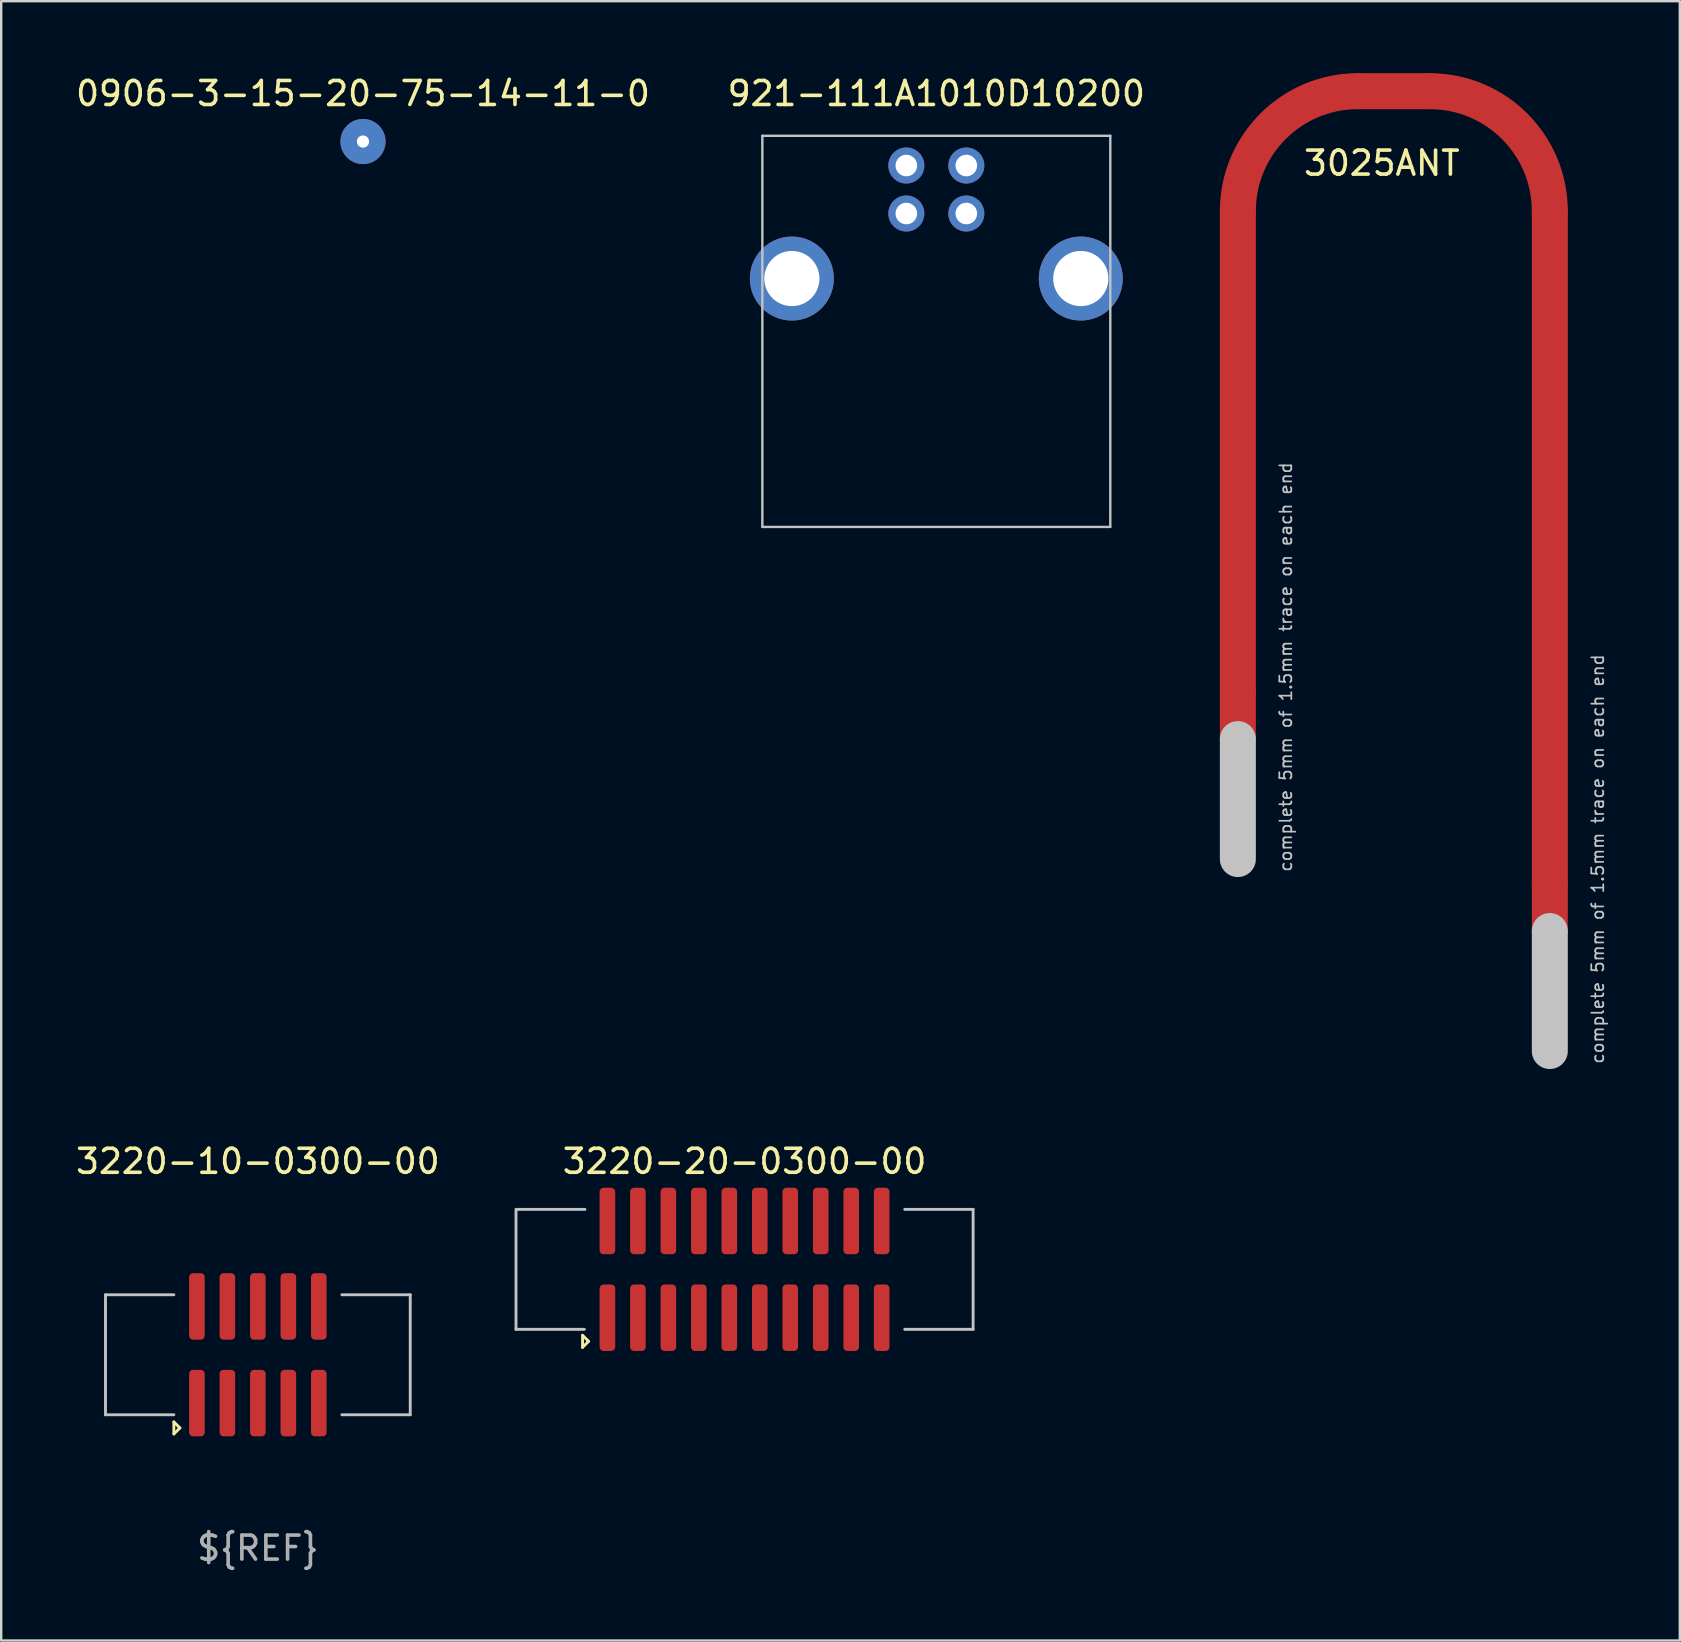
<source format=kicad_pcb>
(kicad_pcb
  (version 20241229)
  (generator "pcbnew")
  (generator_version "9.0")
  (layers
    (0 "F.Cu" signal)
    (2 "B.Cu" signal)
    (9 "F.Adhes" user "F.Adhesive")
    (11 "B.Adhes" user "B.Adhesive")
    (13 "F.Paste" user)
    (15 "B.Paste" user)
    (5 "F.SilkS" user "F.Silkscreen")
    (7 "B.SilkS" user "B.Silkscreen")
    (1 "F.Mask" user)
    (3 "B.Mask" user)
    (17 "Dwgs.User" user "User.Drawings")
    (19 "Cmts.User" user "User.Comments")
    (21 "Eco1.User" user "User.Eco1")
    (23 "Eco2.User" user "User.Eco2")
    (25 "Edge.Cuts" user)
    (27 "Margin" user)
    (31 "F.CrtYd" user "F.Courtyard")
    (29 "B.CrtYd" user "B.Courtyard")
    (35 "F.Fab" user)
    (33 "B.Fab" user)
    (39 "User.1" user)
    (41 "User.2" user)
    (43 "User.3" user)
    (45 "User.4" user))
  (footprint "3220-10-0300-00"
    (layer "F.Cu")
    (at 7.696 53.408)
    (property "Reference" "3220-10-0300-00" (at 0 -8.06 0) (unlocked yes) (layer "F.SilkS") (effects (font (size 1 1) (thickness 0.15))))
    (attr smd)
    (fp_line (start -3.5 2.8) (end -3.25 3.05) (stroke (width 0.12) (type solid)) (layer "F.SilkS"))
    (fp_line (start -3.5 3.3) (end -3.5 2.8) (stroke (width 0.12) (type solid)) (layer "F.SilkS"))
    (fp_line (start -3.25 3.05) (end -3.5 3.3) (stroke (width 0.12) (type solid)) (layer "F.SilkS"))
    (fp_line (start -6.35 -2.5) (end -6.35 2.5) (stroke (width 0.12) (type solid)) (layer "Dwgs.User"))
    (fp_line (start -6.35 -2.5) (end -3.5 -2.5) (stroke (width 0.12) (type solid)) (layer "Dwgs.User"))
    (fp_line (start -6.35 2.5) (end -3.5 2.5) (stroke (width 0.12) (type solid)) (layer "Dwgs.User"))
    (fp_line (start 3.5 -2.5) (end 6.35 -2.5) (stroke (width 0.12) (type solid)) (layer "Dwgs.User"))
    (fp_line (start 6.35 -2.5) (end 6.35 2.5) (stroke (width 0.12) (type solid)) (layer "Dwgs.User"))
    (fp_line (start 6.35 2.5) (end 3.5 2.5) (stroke (width 0.12) (type solid)) (layer "Dwgs.User"))
    (fp_text user "${REF}" (at 0 8.06 0) (unlocked yes) (layer "F.Fab") (effects (font (size 1 1) (thickness 0.15))))
    (pad "1" smd roundrect (at -2.54 2.015) (size 0.65 2.77) (layers "F.Cu" "F.Mask" "F.Paste") (roundrect_rratio 0.25))
    (pad "2" smd roundrect (at -2.54 -2.015) (size 0.65 2.77) (layers "F.Cu" "F.Mask" "F.Paste") (roundrect_rratio 0.25))
    (pad "3" smd roundrect (at -1.27 2.015) (size 0.65 2.77) (layers "F.Cu" "F.Mask" "F.Paste") (roundrect_rratio 0.25))
    (pad "4" smd roundrect (at -1.27 -2.015) (size 0.65 2.77) (layers "F.Cu" "F.Mask" "F.Paste") (roundrect_rratio 0.25))
    (pad "5" smd roundrect (at 0 2.015) (size 0.65 2.77) (layers "F.Cu" "F.Mask" "F.Paste") (roundrect_rratio 0.25))
    (pad "6" smd roundrect (at 0 -2.015) (size 0.65 2.77) (layers "F.Cu" "F.Mask" "F.Paste") (roundrect_rratio 0.25))
    (pad "7" smd roundrect (at 1.27 2.015) (size 0.65 2.77) (layers "F.Cu" "F.Mask" "F.Paste") (roundrect_rratio 0.25))
    (pad "8" smd roundrect (at 1.27 -2.015) (size 0.65 2.77) (layers "F.Cu" "F.Mask" "F.Paste") (roundrect_rratio 0.25))
    (pad "9" smd roundrect (at 2.54 2.015) (size 0.65 2.77) (layers "F.Cu" "F.Mask" "F.Paste") (roundrect_rratio 0.25))
    (pad "10" smd roundrect (at 2.54 -2.015) (size 0.65 2.77) (layers "F.Cu" "F.Mask" "F.Paste") (roundrect_rratio 0.25)))
  (footprint "3025ANT"
    (layer "F.Cu")
    (at 48.536 32.75)
    (property "Reference" "3025ANT" (at 6 -29 0) (unlocked yes) (layer "F.SilkS") (effects (font (size 1 1) (thickness 0.15))))
    (attr smd)
    (fp_line (start 0 -7) (end 0 -27) (stroke (width 1.5) (type solid)) (layer "F.Cu"))
    (fp_line (start 5 -32) (end 8 -32) (stroke (width 1.5) (type solid)) (layer "F.Cu"))
    (fp_line (start 13 1) (end 13 -27) (stroke (width 1.5) (type solid)) (layer "F.Cu"))
    (fp_arc (start 0 -27) (mid 1.464466 -30.535534) (end 5 -32) (stroke (width 1.5) (type solid)) (layer "F.Cu"))
    (fp_arc (start 8 -32) (mid 11.535534 -30.535534) (end 13 -27) (stroke (width 1.5) (type solid)) (layer "F.Cu"))
    (fp_line (start 0 -5) (end 0 0) (stroke (width 1.5) (type solid)) (layer "Dwgs.User"))
    (fp_line (start 13 3) (end 13 8) (stroke (width 1.5) (type solid)) (layer "Dwgs.User"))
    (fp_text user "complete 5mm of 1.5mm trace on each end" (at 2 -8 90) (unlocked yes) (layer "Dwgs.User") (effects (font (size 0.5 0.5) (thickness 0.071))))
    (fp_text user "complete 5mm of 1.5mm trace on each end" (at 15 0 90) (unlocked yes) (layer "Dwgs.User") (effects (font (size 0.5 0.5) (thickness 0.071))))
    (pad "1" smd custom (at 0 -5) (size 1.5 1.5) (layers "F.Cu") (options (anchor circle)) (primitives (gr_line (start 0 0) (end 0 -2) (width 1.5))))
    (pad "2" smd custom (at 13 3) (size 1.5 1.5) (layers "F.Cu") (options (anchor circle)) (primitives (gr_line (start 0 0) (end 0 -2) (width 1.5)))))
  (footprint "921-111A1010D10200"
    (layer "F.Cu")
    (at 35.97 4.848)
    (property "Reference" "921-111A1010D10200" (at 0 -4 0) (unlocked yes) (layer "F.SilkS") (effects (font (size 1 1) (thickness 0.15))))
    (attr smd)
    (fp_line (start -7.25 14.06) (end -7.25 -2.24) (stroke (width 0.1) (type solid)) (layer "Dwgs.User"))
    (fp_line (start 7.25 -2.24) (end -7.25 -2.24) (stroke (width 0.1) (type solid)) (layer "Dwgs.User"))
    (fp_line (start 7.25 -2.24) (end 7.25 14.06) (stroke (width 0.1) (type solid)) (layer "Dwgs.User"))
    (fp_line (start 7.25 14.06) (end -7.25 14.06) (stroke (width 0.1) (type solid)) (layer "Dwgs.User"))
    (pad "1" thru_hole circle (at 1.25 -1) (size 1.5 1.5) (drill 0.9) (layers "*.Cu" "*.Mask"))
    (pad "2" thru_hole circle (at -1.25 -1) (size 1.5 1.5) (drill 0.9) (layers "*.Cu" "*.Mask"))
    (pad "3" thru_hole circle (at -1.25 1) (size 1.5 1.5) (drill 0.9) (layers "*.Cu" "*.Mask"))
    (pad "4" thru_hole circle (at 1.25 1) (size 1.5 1.5) (drill 0.9) (layers "*.Cu" "*.Mask"))
    (pad "5" thru_hole circle (at -6.02 3.71) (size 3.5 3.5) (drill 2.3) (layers "*.Cu" "*.Mask"))
    (pad "5" thru_hole circle (at 6.02 3.71) (size 3.5 3.5) (drill 2.3) (layers "*.Cu" "*.Mask")))
  (footprint "3220-20-0300-00"
    (layer "F.Cu")
    (at 27.978 49.848)
    (property "Reference" "3220-20-0300-00" (at 0 -4.5 0) (unlocked yes) (layer "F.SilkS") (effects (font (size 1 1) (thickness 0.15))))
    (attr smd)
    (fp_line (start -6.75 2.75) (end -6.5 3) (stroke (width 0.12) (type solid)) (layer "F.SilkS"))
    (fp_line (start -6.75 3.25) (end -6.75 2.75) (stroke (width 0.12) (type solid)) (layer "F.SilkS"))
    (fp_line (start -6.5 3) (end -6.75 3.25) (stroke (width 0.12) (type solid)) (layer "F.SilkS"))
    (fp_line (start -9.525 -2.5) (end -9.525 2.5) (stroke (width 0.12) (type solid)) (layer "Dwgs.User"))
    (fp_line (start -9.525 2.5) (end -6.675 2.5) (stroke (width 0.12) (type solid)) (layer "Dwgs.User"))
    (fp_line (start -9.5 -2.5) (end -6.65 -2.5) (stroke (width 0.12) (type solid)) (layer "Dwgs.User"))
    (fp_line (start 6.675 -2.5) (end 9.525 -2.5) (stroke (width 0.12) (type solid)) (layer "Dwgs.User"))
    (fp_line (start 9.525 -2.5) (end 9.525 2.5) (stroke (width 0.12) (type solid)) (layer "Dwgs.User"))
    (fp_line (start 9.525 2.5) (end 6.675 2.5) (stroke (width 0.12) (type solid)) (layer "Dwgs.User"))
    (pad "1" smd roundrect (at -5.715 2.015) (size 0.65 2.77) (layers "F.Cu" "F.Mask" "F.Paste") (roundrect_rratio 0.25))
    (pad "2" smd roundrect (at -5.715 -2.015) (size 0.65 2.77) (layers "F.Cu" "F.Mask" "F.Paste") (roundrect_rratio 0.25))
    (pad "3" smd roundrect (at -4.445 2.015) (size 0.65 2.77) (layers "F.Cu" "F.Mask" "F.Paste") (roundrect_rratio 0.25))
    (pad "4" smd roundrect (at -4.445 -2.015) (size 0.65 2.77) (layers "F.Cu" "F.Mask" "F.Paste") (roundrect_rratio 0.25))
    (pad "5" smd roundrect (at -3.175 2.015) (size 0.65 2.77) (layers "F.Cu" "F.Mask" "F.Paste") (roundrect_rratio 0.25))
    (pad "6" smd roundrect (at -3.175 -2.015) (size 0.65 2.77) (layers "F.Cu" "F.Mask" "F.Paste") (roundrect_rratio 0.25))
    (pad "7" smd roundrect (at -1.905 2.015) (size 0.65 2.77) (layers "F.Cu" "F.Mask" "F.Paste") (roundrect_rratio 0.25))
    (pad "8" smd roundrect (at -1.905 -2.015) (size 0.65 2.77) (layers "F.Cu" "F.Mask" "F.Paste") (roundrect_rratio 0.25))
    (pad "9" smd roundrect (at -0.635 2.015) (size 0.65 2.77) (layers "F.Cu" "F.Mask" "F.Paste") (roundrect_rratio 0.25))
    (pad "10" smd roundrect (at -0.635 -2.015) (size 0.65 2.77) (layers "F.Cu" "F.Mask" "F.Paste") (roundrect_rratio 0.25))
    (pad "11" smd roundrect (at 0.635 2.015) (size 0.65 2.77) (layers "F.Cu" "F.Mask" "F.Paste") (roundrect_rratio 0.25))
    (pad "12" smd roundrect (at 0.635 -2.015) (size 0.65 2.77) (layers "F.Cu" "F.Mask" "F.Paste") (roundrect_rratio 0.25))
    (pad "13" smd roundrect (at 1.905 2.015) (size 0.65 2.77) (layers "F.Cu" "F.Mask" "F.Paste") (roundrect_rratio 0.25))
    (pad "14" smd roundrect (at 1.905 -2.015) (size 0.65 2.77) (layers "F.Cu" "F.Mask" "F.Paste") (roundrect_rratio 0.25))
    (pad "15" smd roundrect (at 3.175 2.015) (size 0.65 2.77) (layers "F.Cu" "F.Mask" "F.Paste") (roundrect_rratio 0.25))
    (pad "16" smd roundrect (at 3.175 -2.015) (size 0.65 2.77) (layers "F.Cu" "F.Mask" "F.Paste") (roundrect_rratio 0.25))
    (pad "17" smd roundrect (at 4.445 2.015) (size 0.65 2.77) (layers "F.Cu" "F.Mask" "F.Paste") (roundrect_rratio 0.25))
    (pad "18" smd roundrect (at 4.445 -2.015) (size 0.65 2.77) (layers "F.Cu" "F.Mask" "F.Paste") (roundrect_rratio 0.25))
    (pad "19" smd roundrect (at 5.715 2.015) (size 0.65 2.77) (layers "F.Cu" "F.Mask" "F.Paste") (roundrect_rratio 0.25))
    (pad "20" smd roundrect (at 5.715 -2.015) (size 0.65 2.77) (layers "F.Cu" "F.Mask" "F.Paste") (roundrect_rratio 0.25)))
  (footprint "0906-3-15-20-75-14-11-0"
    (layer "F.Cu")
    (at 12.077 2.848)
    (property "Reference" "0906-3-15-20-75-14-11-0" (at 0 -2 0) (unlocked yes) (layer "F.SilkS") (effects (font (size 1 1) (thickness 0.15))))
    (attr smd)
    (pad "1" thru_hole circle (at 0 0) (size 1.88 1.88) (drill 0.508) (layers "*.Cu" "*.Mask")))
  (gr_rect
    (start -3 -3)
    (end 66.954 65.317)
    (stroke (width 0.1) (type default))
    (fill no)
    (layer "Edge.Cuts")))
</source>
